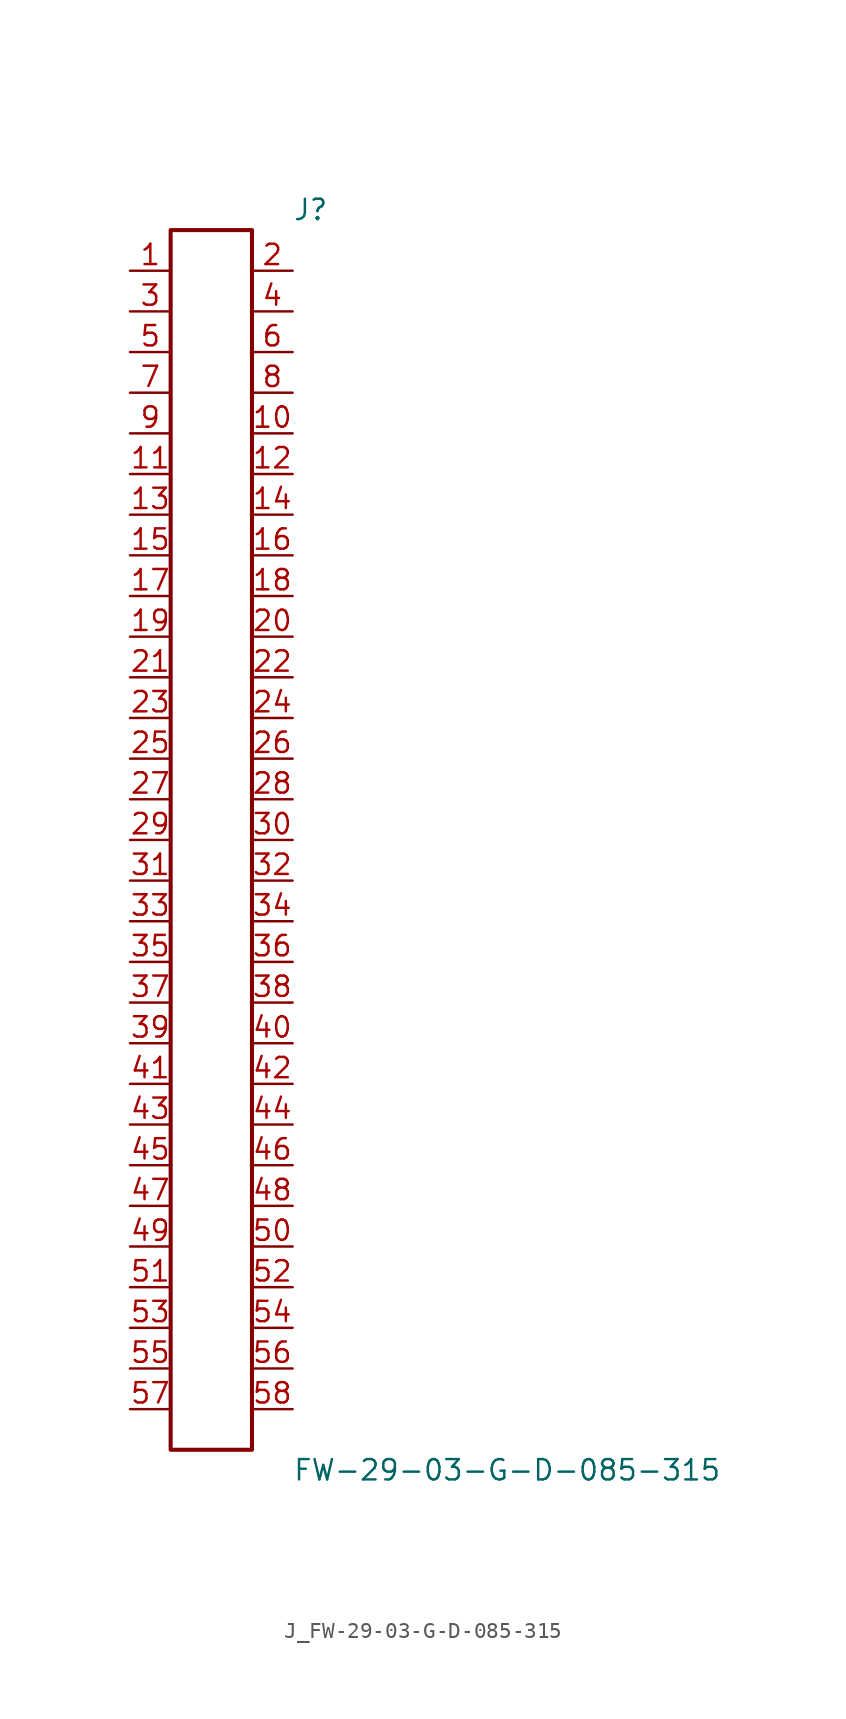
<source format=kicad_sym>
(kicad_symbol_lib
  (version 20231120)
  (generator kicad_symbol_editor)
  (generator_version 8.0)
  (symbol "J_FW-29-03-G-D-085-315"
    (pin_names
      (offset 0.254))
    (property "Reference" "J"
      (at 5.08 39.37 0)
      (effects (font (size 1.27 1.27)) (justify left)))
    (property "Value" "FW-29-03-G-D-085-315"
      (at 5.08 -39.37 0)
      (effects (font (size 1.27 1.27)) (justify left)))
    (symbol "J_FW-29-03-G-D-085-315_0_0"
      (pin unspecified line (at -5.08 35.56 0) (length 2.54) (name "" (effects (font (size 1.27 1.27)))) (number "1" (effects (font (size 1.27 1.27)))))
      (pin unspecified line (at 5.08 35.56 180) (length 2.54) (name "" (effects (font (size 1.27 1.27)))) (number "2" (effects (font (size 1.27 1.27)))))
      (pin unspecified line (at -5.08 33.02 0) (length 2.54) (name "" (effects (font (size 1.27 1.27)))) (number "3" (effects (font (size 1.27 1.27)))))
      (pin unspecified line (at 5.08 33.02 180) (length 2.54) (name "" (effects (font (size 1.27 1.27)))) (number "4" (effects (font (size 1.27 1.27)))))
      (pin unspecified line (at -5.08 30.48 0) (length 2.54) (name "" (effects (font (size 1.27 1.27)))) (number "5" (effects (font (size 1.27 1.27)))))
      (pin unspecified line (at 5.08 30.48 180) (length 2.54) (name "" (effects (font (size 1.27 1.27)))) (number "6" (effects (font (size 1.27 1.27)))))
      (pin unspecified line (at -5.08 27.94 0) (length 2.54) (name "" (effects (font (size 1.27 1.27)))) (number "7" (effects (font (size 1.27 1.27)))))
      (pin unspecified line (at 5.08 27.94 180) (length 2.54) (name "" (effects (font (size 1.27 1.27)))) (number "8" (effects (font (size 1.27 1.27)))))
      (pin unspecified line (at -5.08 25.4 0) (length 2.54) (name "" (effects (font (size 1.27 1.27)))) (number "9" (effects (font (size 1.27 1.27)))))
      (pin unspecified line (at 5.08 25.4 180) (length 2.54) (name "" (effects (font (size 1.27 1.27)))) (number "10" (effects (font (size 1.27 1.27)))))
      (pin unspecified line (at -5.08 22.86 0) (length 2.54) (name "" (effects (font (size 1.27 1.27)))) (number "11" (effects (font (size 1.27 1.27)))))
      (pin unspecified line (at 5.08 22.86 180) (length 2.54) (name "" (effects (font (size 1.27 1.27)))) (number "12" (effects (font (size 1.27 1.27)))))
      (pin unspecified line (at -5.08 20.32 0) (length 2.54) (name "" (effects (font (size 1.27 1.27)))) (number "13" (effects (font (size 1.27 1.27)))))
      (pin unspecified line (at 5.08 20.32 180) (length 2.54) (name "" (effects (font (size 1.27 1.27)))) (number "14" (effects (font (size 1.27 1.27)))))
      (pin unspecified line (at -5.08 17.78 0) (length 2.54) (name "" (effects (font (size 1.27 1.27)))) (number "15" (effects (font (size 1.27 1.27)))))
      (pin unspecified line (at 5.08 17.78 180) (length 2.54) (name "" (effects (font (size 1.27 1.27)))) (number "16" (effects (font (size 1.27 1.27)))))
      (pin unspecified line (at -5.08 15.24 0) (length 2.54) (name "" (effects (font (size 1.27 1.27)))) (number "17" (effects (font (size 1.27 1.27)))))
      (pin unspecified line (at 5.08 15.24 180) (length 2.54) (name "" (effects (font (size 1.27 1.27)))) (number "18" (effects (font (size 1.27 1.27)))))
      (pin unspecified line (at -5.08 12.7 0) (length 2.54) (name "" (effects (font (size 1.27 1.27)))) (number "19" (effects (font (size 1.27 1.27)))))
      (pin unspecified line (at 5.08 12.7 180) (length 2.54) (name "" (effects (font (size 1.27 1.27)))) (number "20" (effects (font (size 1.27 1.27)))))
      (pin unspecified line (at -5.08 10.16 0) (length 2.54) (name "" (effects (font (size 1.27 1.27)))) (number "21" (effects (font (size 1.27 1.27)))))
      (pin unspecified line (at 5.08 10.16 180) (length 2.54) (name "" (effects (font (size 1.27 1.27)))) (number "22" (effects (font (size 1.27 1.27)))))
      (pin unspecified line (at -5.08 7.62 0) (length 2.54) (name "" (effects (font (size 1.27 1.27)))) (number "23" (effects (font (size 1.27 1.27)))))
      (pin unspecified line (at 5.08 7.62 180) (length 2.54) (name "" (effects (font (size 1.27 1.27)))) (number "24" (effects (font (size 1.27 1.27)))))
      (pin unspecified line (at -5.08 5.08 0) (length 2.54) (name "" (effects (font (size 1.27 1.27)))) (number "25" (effects (font (size 1.27 1.27)))))
      (pin unspecified line (at 5.08 5.08 180) (length 2.54) (name "" (effects (font (size 1.27 1.27)))) (number "26" (effects (font (size 1.27 1.27)))))
      (pin unspecified line (at -5.08 2.54 0) (length 2.54) (name "" (effects (font (size 1.27 1.27)))) (number "27" (effects (font (size 1.27 1.27)))))
      (pin unspecified line (at 5.08 2.54 180) (length 2.54) (name "" (effects (font (size 1.27 1.27)))) (number "28" (effects (font (size 1.27 1.27)))))
      (pin unspecified line (at -5.08 0.0 0) (length 2.54) (name "" (effects (font (size 1.27 1.27)))) (number "29" (effects (font (size 1.27 1.27)))))
      (pin unspecified line (at 5.08 0.0 180) (length 2.54) (name "" (effects (font (size 1.27 1.27)))) (number "30" (effects (font (size 1.27 1.27)))))
      (pin unspecified line (at -5.08 -2.54 0) (length 2.54) (name "" (effects (font (size 1.27 1.27)))) (number "31" (effects (font (size 1.27 1.27)))))
      (pin unspecified line (at 5.08 -2.54 180) (length 2.54) (name "" (effects (font (size 1.27 1.27)))) (number "32" (effects (font (size 1.27 1.27)))))
      (pin unspecified line (at -5.08 -5.08 0) (length 2.54) (name "" (effects (font (size 1.27 1.27)))) (number "33" (effects (font (size 1.27 1.27)))))
      (pin unspecified line (at 5.08 -5.08 180) (length 2.54) (name "" (effects (font (size 1.27 1.27)))) (number "34" (effects (font (size 1.27 1.27)))))
      (pin unspecified line (at -5.08 -7.62 0) (length 2.54) (name "" (effects (font (size 1.27 1.27)))) (number "35" (effects (font (size 1.27 1.27)))))
      (pin unspecified line (at 5.08 -7.62 180) (length 2.54) (name "" (effects (font (size 1.27 1.27)))) (number "36" (effects (font (size 1.27 1.27)))))
      (pin unspecified line (at -5.08 -10.16 0) (length 2.54) (name "" (effects (font (size 1.27 1.27)))) (number "37" (effects (font (size 1.27 1.27)))))
      (pin unspecified line (at 5.08 -10.16 180) (length 2.54) (name "" (effects (font (size 1.27 1.27)))) (number "38" (effects (font (size 1.27 1.27)))))
      (pin unspecified line (at -5.08 -12.7 0) (length 2.54) (name "" (effects (font (size 1.27 1.27)))) (number "39" (effects (font (size 1.27 1.27)))))
      (pin unspecified line (at 5.08 -12.7 180) (length 2.54) (name "" (effects (font (size 1.27 1.27)))) (number "40" (effects (font (size 1.27 1.27)))))
      (pin unspecified line (at -5.08 -15.24 0) (length 2.54) (name "" (effects (font (size 1.27 1.27)))) (number "41" (effects (font (size 1.27 1.27)))))
      (pin unspecified line (at 5.08 -15.24 180) (length 2.54) (name "" (effects (font (size 1.27 1.27)))) (number "42" (effects (font (size 1.27 1.27)))))
      (pin unspecified line (at -5.08 -17.78 0) (length 2.54) (name "" (effects (font (size 1.27 1.27)))) (number "43" (effects (font (size 1.27 1.27)))))
      (pin unspecified line (at 5.08 -17.78 180) (length 2.54) (name "" (effects (font (size 1.27 1.27)))) (number "44" (effects (font (size 1.27 1.27)))))
      (pin unspecified line (at -5.08 -20.32 0) (length 2.54) (name "" (effects (font (size 1.27 1.27)))) (number "45" (effects (font (size 1.27 1.27)))))
      (pin unspecified line (at 5.08 -20.32 180) (length 2.54) (name "" (effects (font (size 1.27 1.27)))) (number "46" (effects (font (size 1.27 1.27)))))
      (pin unspecified line (at -5.08 -22.86 0) (length 2.54) (name "" (effects (font (size 1.27 1.27)))) (number "47" (effects (font (size 1.27 1.27)))))
      (pin unspecified line (at 5.08 -22.86 180) (length 2.54) (name "" (effects (font (size 1.27 1.27)))) (number "48" (effects (font (size 1.27 1.27)))))
      (pin unspecified line (at -5.08 -25.4 0) (length 2.54) (name "" (effects (font (size 1.27 1.27)))) (number "49" (effects (font (size 1.27 1.27)))))
      (pin unspecified line (at 5.08 -25.4 180) (length 2.54) (name "" (effects (font (size 1.27 1.27)))) (number "50" (effects (font (size 1.27 1.27)))))
      (pin unspecified line (at -5.08 -27.94 0) (length 2.54) (name "" (effects (font (size 1.27 1.27)))) (number "51" (effects (font (size 1.27 1.27)))))
      (pin unspecified line (at 5.08 -27.94 180) (length 2.54) (name "" (effects (font (size 1.27 1.27)))) (number "52" (effects (font (size 1.27 1.27)))))
      (pin unspecified line (at -5.08 -30.48 0) (length 2.54) (name "" (effects (font (size 1.27 1.27)))) (number "53" (effects (font (size 1.27 1.27)))))
      (pin unspecified line (at 5.08 -30.48 180) (length 2.54) (name "" (effects (font (size 1.27 1.27)))) (number "54" (effects (font (size 1.27 1.27)))))
      (pin unspecified line (at -5.08 -33.02 0) (length 2.54) (name "" (effects (font (size 1.27 1.27)))) (number "55" (effects (font (size 1.27 1.27)))))
      (pin unspecified line (at 5.08 -33.02 180) (length 2.54) (name "" (effects (font (size 1.27 1.27)))) (number "56" (effects (font (size 1.27 1.27)))))
      (pin unspecified line (at -5.08 -35.56 0) (length 2.54) (name "" (effects (font (size 1.27 1.27)))) (number "57" (effects (font (size 1.27 1.27)))))
      (pin unspecified line (at 5.08 -35.56 180) (length 2.54) (name "" (effects (font (size 1.27 1.27)))) (number "58" (effects (font (size 1.27 1.27))))))
    (symbol "J_FW-29-03-G-D-085-315_1_0"
      (rectangle (start -2.54 38.1) (end 2.54 -38.1) (stroke (width 0.254) (type solid)) (fill (type none))))))
</source>
